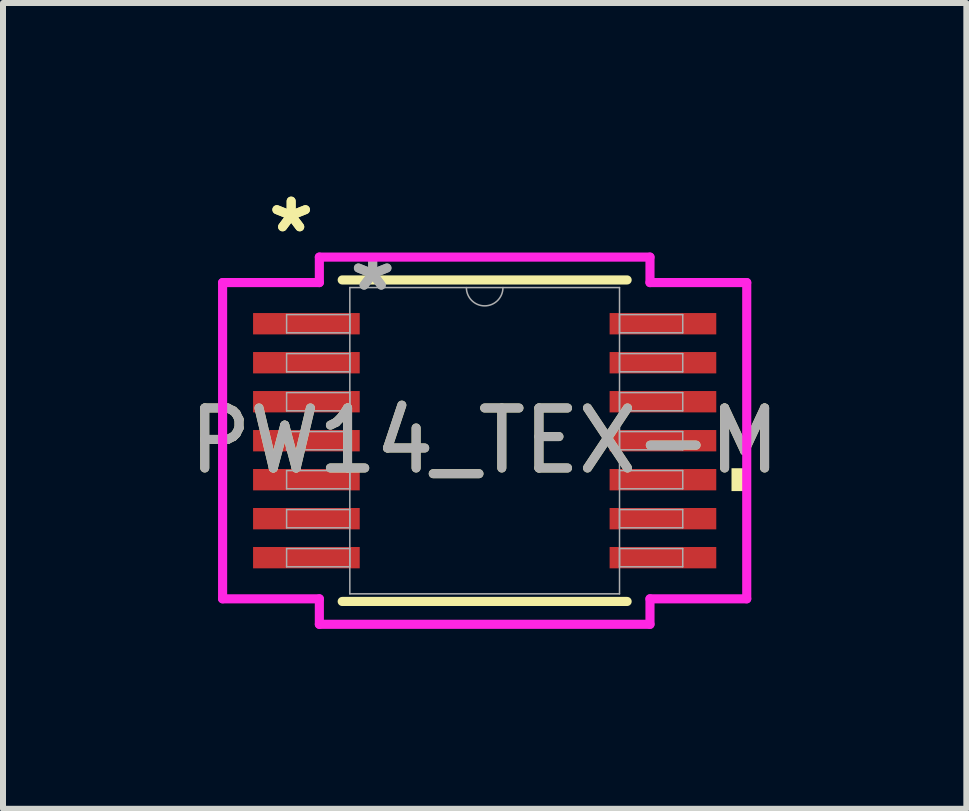
<source format=kicad_pcb>
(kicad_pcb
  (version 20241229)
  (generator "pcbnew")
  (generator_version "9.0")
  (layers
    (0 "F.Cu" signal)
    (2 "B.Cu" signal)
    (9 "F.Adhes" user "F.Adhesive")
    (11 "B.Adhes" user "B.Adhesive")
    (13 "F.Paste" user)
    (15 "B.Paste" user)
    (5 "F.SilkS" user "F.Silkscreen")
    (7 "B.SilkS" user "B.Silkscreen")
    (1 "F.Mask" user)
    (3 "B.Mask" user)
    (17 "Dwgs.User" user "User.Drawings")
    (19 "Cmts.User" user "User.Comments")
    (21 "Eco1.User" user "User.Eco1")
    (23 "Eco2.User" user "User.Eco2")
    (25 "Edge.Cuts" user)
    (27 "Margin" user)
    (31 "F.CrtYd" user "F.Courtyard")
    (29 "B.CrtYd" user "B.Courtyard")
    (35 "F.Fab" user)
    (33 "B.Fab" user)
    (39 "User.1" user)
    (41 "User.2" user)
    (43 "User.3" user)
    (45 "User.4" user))
  (footprint "PW14_TEX-M"
    (layer "F.Cu")
    (at 5.03 4.297)
    (property "Reference" "PW14_TEX-M" (at 0 0 0) (unlocked yes) (layer "F.SilkS") (effects (font (size 1 1) (thickness 0.15))))
    (attr smd)
    (fp_line (start -2.375 2.68) (end 2.375 2.68) (stroke (width 0.152) (type solid)) (layer "F.SilkS"))
    (fp_line (start 2.375 -2.68) (end -2.375 -2.68) (stroke (width 0.152) (type solid)) (layer "F.SilkS"))
    (fp_poly (pts (xy 4.369 0.459) (xy 4.369 0.84) (xy 4.115 0.84) (xy 4.115 0.459)) (stroke (width 0) (type solid)) (fill yes) (layer "F.SilkS"))
    (fp_line (start -4.369 -2.636) (end -2.756 -2.636) (stroke (width 0.152) (type solid)) (layer "F.CrtYd"))
    (fp_line (start -4.369 2.636) (end -4.369 -2.636) (stroke (width 0.152) (type solid)) (layer "F.CrtYd"))
    (fp_line (start -4.369 2.636) (end -2.756 2.636) (stroke (width 0.152) (type solid)) (layer "F.CrtYd"))
    (fp_line (start -2.756 -3.061) (end 2.756 -3.061) (stroke (width 0.152) (type solid)) (layer "F.CrtYd"))
    (fp_line (start -2.756 -2.636) (end -2.756 -3.061) (stroke (width 0.152) (type solid)) (layer "F.CrtYd"))
    (fp_line (start -2.756 3.061) (end -2.756 2.636) (stroke (width 0.152) (type solid)) (layer "F.CrtYd"))
    (fp_line (start 2.756 -3.061) (end 2.756 -2.636) (stroke (width 0.152) (type solid)) (layer "F.CrtYd"))
    (fp_line (start 2.756 2.636) (end 2.756 3.061) (stroke (width 0.152) (type solid)) (layer "F.CrtYd"))
    (fp_line (start 2.756 3.061) (end -2.756 3.061) (stroke (width 0.152) (type solid)) (layer "F.CrtYd"))
    (fp_line (start 4.369 -2.636) (end 2.756 -2.636) (stroke (width 0.152) (type solid)) (layer "F.CrtYd"))
    (fp_line (start 4.369 -2.636) (end 4.369 2.636) (stroke (width 0.152) (type solid)) (layer "F.CrtYd"))
    (fp_line (start 4.369 2.636) (end 2.756 2.636) (stroke (width 0.152) (type solid)) (layer "F.CrtYd"))
    (fp_line (start -3.302 -2.102) (end -3.302 -1.798) (stroke (width 0.025) (type solid)) (layer "F.Fab"))
    (fp_line (start -3.302 -1.798) (end -2.248 -1.798) (stroke (width 0.025) (type solid)) (layer "F.Fab"))
    (fp_line (start -3.302 -1.452) (end -3.302 -1.148) (stroke (width 0.025) (type solid)) (layer "F.Fab"))
    (fp_line (start -3.302 -1.148) (end -2.248 -1.148) (stroke (width 0.025) (type solid)) (layer "F.Fab"))
    (fp_line (start -3.302 -0.802) (end -3.302 -0.498) (stroke (width 0.025) (type solid)) (layer "F.Fab"))
    (fp_line (start -3.302 -0.498) (end -2.248 -0.498) (stroke (width 0.025) (type solid)) (layer "F.Fab"))
    (fp_line (start -3.302 -0.152) (end -3.302 0.152) (stroke (width 0.025) (type solid)) (layer "F.Fab"))
    (fp_line (start -3.302 0.152) (end -2.248 0.152) (stroke (width 0.025) (type solid)) (layer "F.Fab"))
    (fp_line (start -3.302 0.498) (end -3.302 0.802) (stroke (width 0.025) (type solid)) (layer "F.Fab"))
    (fp_line (start -3.302 0.802) (end -2.248 0.802) (stroke (width 0.025) (type solid)) (layer "F.Fab"))
    (fp_line (start -3.302 1.148) (end -3.302 1.452) (stroke (width 0.025) (type solid)) (layer "F.Fab"))
    (fp_line (start -3.302 1.452) (end -2.248 1.452) (stroke (width 0.025) (type solid)) (layer "F.Fab"))
    (fp_line (start -3.302 1.798) (end -3.302 2.102) (stroke (width 0.025) (type solid)) (layer "F.Fab"))
    (fp_line (start -3.302 2.102) (end -2.248 2.102) (stroke (width 0.025) (type solid)) (layer "F.Fab"))
    (fp_line (start -2.248 -2.553) (end -2.248 2.553) (stroke (width 0.025) (type solid)) (layer "F.Fab"))
    (fp_line (start -2.248 -2.102) (end -3.302 -2.102) (stroke (width 0.025) (type solid)) (layer "F.Fab"))
    (fp_line (start -2.248 -1.798) (end -2.248 -2.102) (stroke (width 0.025) (type solid)) (layer "F.Fab"))
    (fp_line (start -2.248 -1.452) (end -3.302 -1.452) (stroke (width 0.025) (type solid)) (layer "F.Fab"))
    (fp_line (start -2.248 -1.148) (end -2.248 -1.452) (stroke (width 0.025) (type solid)) (layer "F.Fab"))
    (fp_line (start -2.248 -0.802) (end -3.302 -0.802) (stroke (width 0.025) (type solid)) (layer "F.Fab"))
    (fp_line (start -2.248 -0.498) (end -2.248 -0.802) (stroke (width 0.025) (type solid)) (layer "F.Fab"))
    (fp_line (start -2.248 -0.152) (end -3.302 -0.152) (stroke (width 0.025) (type solid)) (layer "F.Fab"))
    (fp_line (start -2.248 0.152) (end -2.248 -0.152) (stroke (width 0.025) (type solid)) (layer "F.Fab"))
    (fp_line (start -2.248 0.498) (end -3.302 0.498) (stroke (width 0.025) (type solid)) (layer "F.Fab"))
    (fp_line (start -2.248 0.802) (end -2.248 0.498) (stroke (width 0.025) (type solid)) (layer "F.Fab"))
    (fp_line (start -2.248 1.148) (end -3.302 1.148) (stroke (width 0.025) (type solid)) (layer "F.Fab"))
    (fp_line (start -2.248 1.452) (end -2.248 1.148) (stroke (width 0.025) (type solid)) (layer "F.Fab"))
    (fp_line (start -2.248 1.798) (end -3.302 1.798) (stroke (width 0.025) (type solid)) (layer "F.Fab"))
    (fp_line (start -2.248 2.102) (end -2.248 1.798) (stroke (width 0.025) (type solid)) (layer "F.Fab"))
    (fp_line (start -2.248 2.553) (end 2.248 2.553) (stroke (width 0.025) (type solid)) (layer "F.Fab"))
    (fp_line (start 2.248 -2.553) (end -2.248 -2.553) (stroke (width 0.025) (type solid)) (layer "F.Fab"))
    (fp_line (start 2.248 -2.102) (end 2.248 -1.798) (stroke (width 0.025) (type solid)) (layer "F.Fab"))
    (fp_line (start 2.248 -1.798) (end 3.302 -1.798) (stroke (width 0.025) (type solid)) (layer "F.Fab"))
    (fp_line (start 2.248 -1.452) (end 2.248 -1.148) (stroke (width 0.025) (type solid)) (layer "F.Fab"))
    (fp_line (start 2.248 -1.148) (end 3.302 -1.148) (stroke (width 0.025) (type solid)) (layer "F.Fab"))
    (fp_line (start 2.248 -0.802) (end 2.248 -0.498) (stroke (width 0.025) (type solid)) (layer "F.Fab"))
    (fp_line (start 2.248 -0.498) (end 3.302 -0.498) (stroke (width 0.025) (type solid)) (layer "F.Fab"))
    (fp_line (start 2.248 -0.152) (end 2.248 0.152) (stroke (width 0.025) (type solid)) (layer "F.Fab"))
    (fp_line (start 2.248 0.152) (end 3.302 0.152) (stroke (width 0.025) (type solid)) (layer "F.Fab"))
    (fp_line (start 2.248 0.498) (end 2.248 0.802) (stroke (width 0.025) (type solid)) (layer "F.Fab"))
    (fp_line (start 2.248 0.802) (end 3.302 0.802) (stroke (width 0.025) (type solid)) (layer "F.Fab"))
    (fp_line (start 2.248 1.148) (end 2.248 1.452) (stroke (width 0.025) (type solid)) (layer "F.Fab"))
    (fp_line (start 2.248 1.452) (end 3.302 1.452) (stroke (width 0.025) (type solid)) (layer "F.Fab"))
    (fp_line (start 2.248 1.798) (end 2.248 2.102) (stroke (width 0.025) (type solid)) (layer "F.Fab"))
    (fp_line (start 2.248 2.102) (end 3.302 2.102) (stroke (width 0.025) (type solid)) (layer "F.Fab"))
    (fp_line (start 2.248 2.553) (end 2.248 -2.553) (stroke (width 0.025) (type solid)) (layer "F.Fab"))
    (fp_line (start 3.302 -2.102) (end 2.248 -2.102) (stroke (width 0.025) (type solid)) (layer "F.Fab"))
    (fp_line (start 3.302 -1.798) (end 3.302 -2.102) (stroke (width 0.025) (type solid)) (layer "F.Fab"))
    (fp_line (start 3.302 -1.452) (end 2.248 -1.452) (stroke (width 0.025) (type solid)) (layer "F.Fab"))
    (fp_line (start 3.302 -1.148) (end 3.302 -1.452) (stroke (width 0.025) (type solid)) (layer "F.Fab"))
    (fp_line (start 3.302 -0.802) (end 2.248 -0.802) (stroke (width 0.025) (type solid)) (layer "F.Fab"))
    (fp_line (start 3.302 -0.498) (end 3.302 -0.802) (stroke (width 0.025) (type solid)) (layer "F.Fab"))
    (fp_line (start 3.302 -0.152) (end 2.248 -0.152) (stroke (width 0.025) (type solid)) (layer "F.Fab"))
    (fp_line (start 3.302 0.152) (end 3.302 -0.152) (stroke (width 0.025) (type solid)) (layer "F.Fab"))
    (fp_line (start 3.302 0.498) (end 2.248 0.498) (stroke (width 0.025) (type solid)) (layer "F.Fab"))
    (fp_line (start 3.302 0.802) (end 3.302 0.498) (stroke (width 0.025) (type solid)) (layer "F.Fab"))
    (fp_line (start 3.302 1.148) (end 2.248 1.148) (stroke (width 0.025) (type solid)) (layer "F.Fab"))
    (fp_line (start 3.302 1.452) (end 3.302 1.148) (stroke (width 0.025) (type solid)) (layer "F.Fab"))
    (fp_line (start 3.302 1.798) (end 2.248 1.798) (stroke (width 0.025) (type solid)) (layer "F.Fab"))
    (fp_line (start 3.302 2.102) (end 3.302 1.798) (stroke (width 0.025) (type solid)) (layer "F.Fab"))
    (fp_arc (start 0.3048 -2.5527) (mid 0 -2.2479) (end -0.3048 -2.5527) (stroke (width 0.0254) (type solid)) (layer "F.Fab"))
    (fp_text user "*" (at -3.226 -3.449 0) (unlocked yes) (layer "F.SilkS") (effects (font (size 1 1) (thickness 0.15))))
    (fp_text user "*" (at -3.226 -3.449 0) (layer "F.SilkS") (effects (font (size 1 1) (thickness 0.15))))
    (fp_text user "*" (at -1.867 -2.477 0) (layer "F.Fab") (effects (font (size 1 1) (thickness 0.15))))
    (fp_text user "*" (at -1.867 -2.477 0) (unlocked yes) (layer "F.Fab") (effects (font (size 1 1) (thickness 0.15))))
    (fp_text user "${REFERENCE}" (at 0 0 0) (unlocked yes) (layer "F.Fab") (effects (font (size 1 1) (thickness 0.15))))
    (pad "1" smd rect (at -2.972 -1.95) (size 1.778 0.356) (layers "F.Cu" "F.Mask" "F.Paste"))
    (pad "2" smd rect (at -2.972 -1.3) (size 1.778 0.356) (layers "F.Cu" "F.Mask" "F.Paste"))
    (pad "3" smd rect (at -2.972 -0.65) (size 1.778 0.356) (layers "F.Cu" "F.Mask" "F.Paste"))
    (pad "4" smd rect (at -2.972 0) (size 1.778 0.356) (layers "F.Cu" "F.Mask" "F.Paste"))
    (pad "5" smd rect (at -2.972 0.65) (size 1.778 0.356) (layers "F.Cu" "F.Mask" "F.Paste"))
    (pad "6" smd rect (at -2.972 1.3) (size 1.778 0.356) (layers "F.Cu" "F.Mask" "F.Paste"))
    (pad "7" smd rect (at -2.972 1.95) (size 1.778 0.356) (layers "F.Cu" "F.Mask" "F.Paste"))
    (pad "8" smd rect (at 2.972 1.95) (size 1.778 0.356) (layers "F.Cu" "F.Mask" "F.Paste"))
    (pad "9" smd rect (at 2.972 1.3) (size 1.778 0.356) (layers "F.Cu" "F.Mask" "F.Paste"))
    (pad "10" smd rect (at 2.972 0.65) (size 1.778 0.356) (layers "F.Cu" "F.Mask" "F.Paste"))
    (pad "11" smd rect (at 2.972 0) (size 1.778 0.356) (layers "F.Cu" "F.Mask" "F.Paste"))
    (pad "12" smd rect (at 2.972 -0.65) (size 1.778 0.356) (layers "F.Cu" "F.Mask" "F.Paste"))
    (pad "13" smd rect (at 2.972 -1.3) (size 1.778 0.356) (layers "F.Cu" "F.Mask" "F.Paste"))
    (pad "14" smd rect (at 2.972 -1.95) (size 1.778 0.356) (layers "F.Cu" "F.Mask" "F.Paste")))
  (gr_rect
    (start -3 -3)
    (end 13.06 10.434)
    (stroke (width 0.1) (type default))
    (fill no)
    (layer "Edge.Cuts")))
</source>
